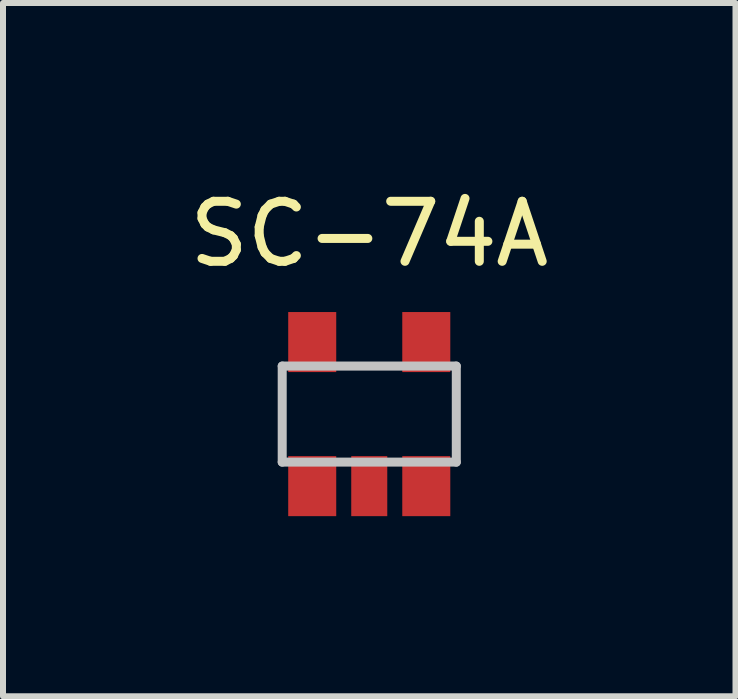
<source format=kicad_pcb>
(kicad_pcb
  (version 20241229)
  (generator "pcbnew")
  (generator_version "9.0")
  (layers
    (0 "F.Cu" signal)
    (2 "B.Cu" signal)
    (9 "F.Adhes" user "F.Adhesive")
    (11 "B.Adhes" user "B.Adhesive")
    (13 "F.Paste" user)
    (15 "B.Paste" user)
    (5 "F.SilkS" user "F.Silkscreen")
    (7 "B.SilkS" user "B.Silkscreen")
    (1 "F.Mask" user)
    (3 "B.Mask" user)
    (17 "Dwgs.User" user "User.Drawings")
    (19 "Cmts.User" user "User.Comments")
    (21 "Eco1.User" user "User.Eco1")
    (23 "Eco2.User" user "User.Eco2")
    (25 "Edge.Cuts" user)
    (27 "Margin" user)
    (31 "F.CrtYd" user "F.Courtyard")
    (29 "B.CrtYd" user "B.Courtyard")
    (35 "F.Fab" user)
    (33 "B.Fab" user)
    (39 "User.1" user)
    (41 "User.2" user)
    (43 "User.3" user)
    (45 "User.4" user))
  (footprint "SC-74A"
    (layer "F.Cu")
    (at 3.101 3.848)
    (property "Reference" "SC-74A" (at 0 -3 0) (layer "F.SilkS") (effects (font (size 1 1) (thickness 0.15))))
    (attr through_hole)
    (fp_line (start -1.45 -0.8) (end -1.45 0.8) (stroke (width 0.15) (type solid)) (layer "Dwgs.User"))
    (fp_line (start -1.45 0.8) (end 1.45 0.8) (stroke (width 0.15) (type solid)) (layer "Dwgs.User"))
    (fp_line (start 1.45 -0.8) (end -1.45 -0.8) (stroke (width 0.15) (type solid)) (layer "Dwgs.User"))
    (fp_line (start 1.45 0.8) (end 1.45 -0.8) (stroke (width 0.15) (type solid)) (layer "Dwgs.User"))
    (pad "1" smd rect (at -0.95 1.2) (size 0.8 1) (layers "F.Cu" "F.Mask" "F.Paste"))
    (pad "2" smd rect (at 0 1.2) (size 0.6 1) (layers "F.Cu" "F.Mask" "F.Paste"))
    (pad "3" smd rect (at 0.95 1.2) (size 0.8 1) (layers "F.Cu" "F.Mask" "F.Paste"))
    (pad "4" smd rect (at 0.95 -1.2) (size 0.8 1) (layers "F.Cu" "F.Mask" "F.Paste"))
    (pad "5" smd rect (at -0.95 -1.2) (size 0.8 1) (layers "F.Cu" "F.Mask" "F.Paste")))
  (gr_rect
    (start -3 -3)
    (end 9.202 8.548)
    (stroke (width 0.1) (type default))
    (fill no)
    (layer "Edge.Cuts")))
</source>
